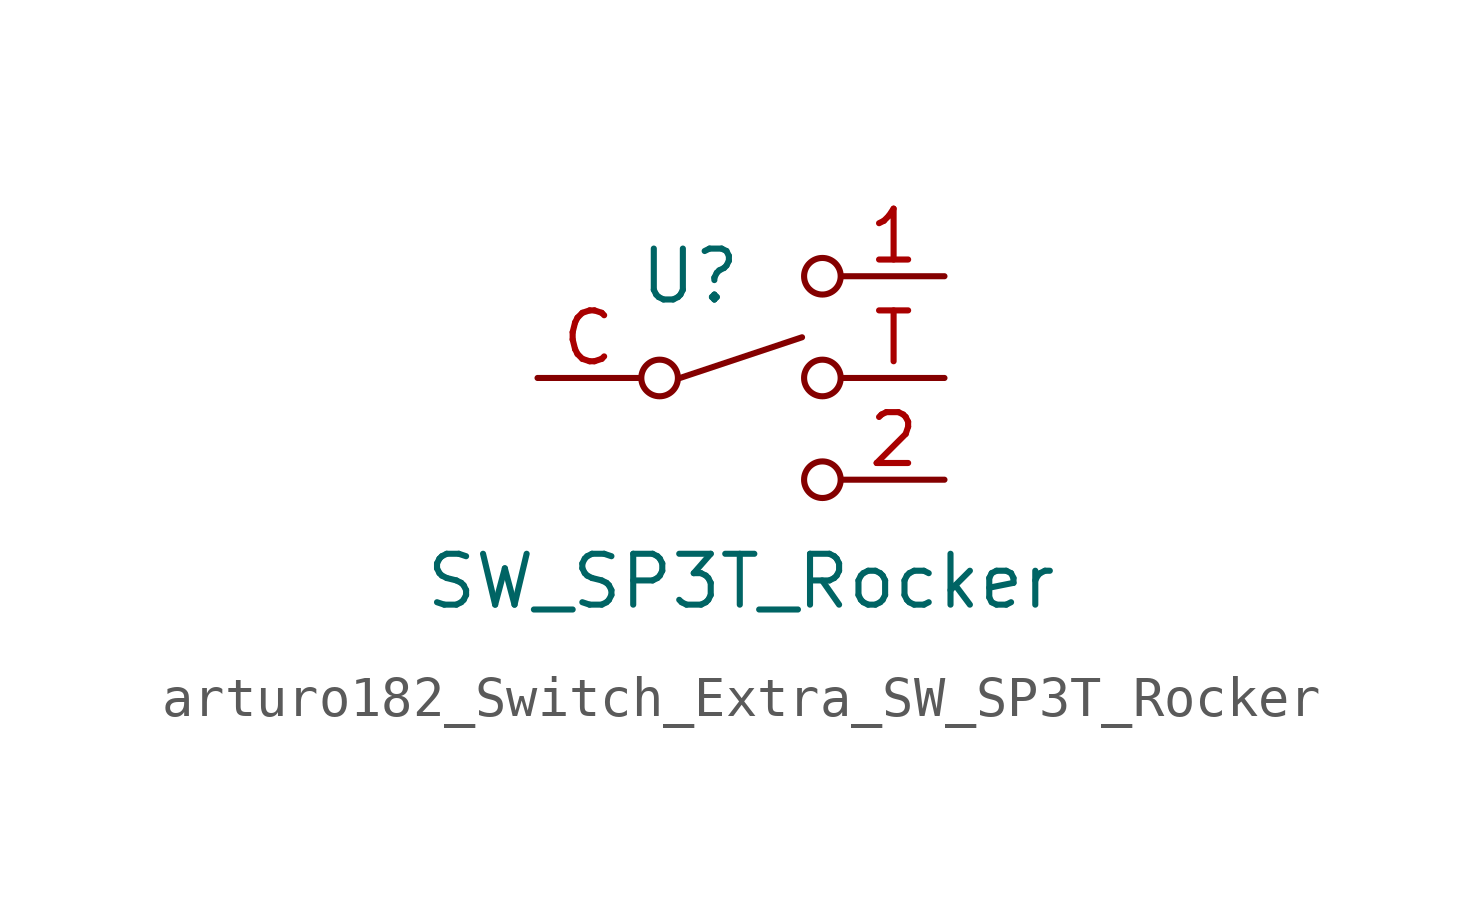
<source format=kicad_sym>
(kicad_symbol_lib
  (version 20220914)
  (generator kicad_symbol_editor)
  (symbol "arturo182_Switch_Extra_SW_SP3T_Rocker"
    (pin_names hide)
    (property "Reference" "U"
      (at -1.27 2.54 0)
      (effects (font (size 1.27 1.27))))
    (property "Value" "SW_SP3T_Rocker"
      (at 0 -5.08 0)
      (effects (font (size 1.27 1.27))))
    (symbol "arturo182_Switch_Extra_SW_SP3T_Rocker_0_1"
      (circle (center -2.032 0) (radius 0.457) (stroke (width 0) (type default) (color 0 0 0 0)) (fill (type none)))
      (polyline (pts (xy -1.524 0) (xy 1.524 1.016)) (stroke (width 0) (type default) (color 0 0 0 0)) (fill (type none)))
      (circle (center 2.032 -2.54) (radius 0.457) (stroke (width 0) (type default) (color 0 0 0 0)) (fill (type none)))
      (circle (center 2.032 0) (radius 0.457) (stroke (width 0) (type default) (color 0 0 0 0)) (fill (type none)))
      (circle (center 2.032 2.54) (radius 0.457) (stroke (width 0) (type default) (color 0 0 0 0)) (fill (type none))))
    (symbol "arturo182_Switch_Extra_SW_SP3T_Rocker_1_1"
      (pin passive line (at 5.08 2.54 180) (length 2.54) (name "1" (effects (font (size 1.27 1.27)))) (number "1" (effects (font (size 1.27 1.27)))))
      (pin passive line (at 5.08 -2.54 180) (length 2.54) (name "2" (effects (font (size 1.27 1.27)))) (number "2" (effects (font (size 1.27 1.27)))))
      (pin passive line (at -5.08 0 0) (length 2.54) (name "C" (effects (font (size 1.27 1.27)))) (number "C" (effects (font (size 1.27 1.27)))))
      (pin no_connect line (at -5.08 -2.54 0) (length 2.54) hide (name "G" (effects (font (size 1.27 1.27)))) (number "G" (effects (font (size 1.27 1.27)))))
      (pin passive line (at 5.08 0 180) (length 2.54) (name "T" (effects (font (size 1.27 1.27)))) (number "T" (effects (font (size 1.27 1.27))))))))
</source>
